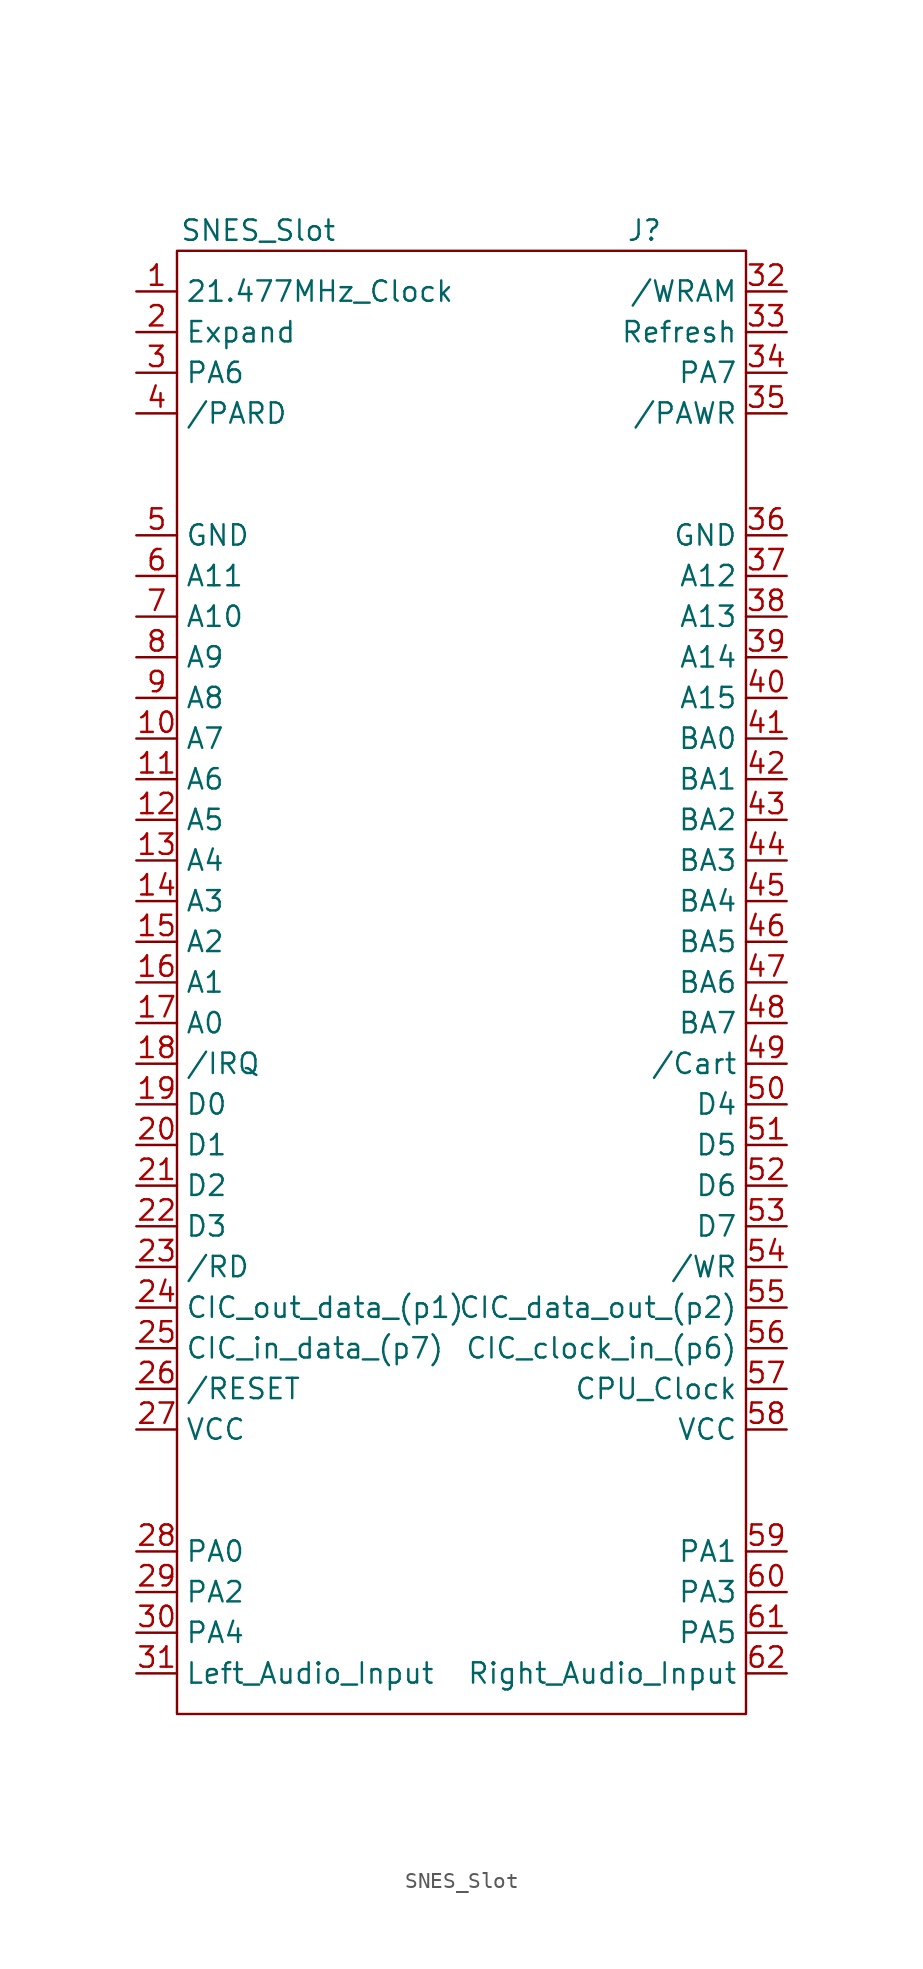
<source format=kicad_sym>
(kicad_symbol_lib
  (version 20211014)
  (generator kicad_symbol_editor)
  (symbol "!OSCR:SNES_Slot"
    (property "Reference" "J"
      (at 12.7 45.72 0)
      (effects (font (size 1.27 1.27))))
    (property "Value" "SNES_Slot"
      (at -11.43 45.72 0)
      (effects (font (size 1.27 1.27))))
    (symbol "SNES_Slot_0_1"
      (rectangle (start -16.51 44.45) (end 19.05 -46.99) (stroke (width 0.152) (type default) (color 0 0 0 0)) (fill (type none))))
    (symbol "SNES_Slot_1_1"
      (pin input line (at -19.05 41.91 0) (length 2.54) (name "21.477MHz_Clock" (effects (font (size 1.27 1.27)))) (number "1" (effects (font (size 1.27 1.27)))))
      (pin input line (at -19.05 13.97 0) (length 2.54) (name "A7" (effects (font (size 1.27 1.27)))) (number "10" (effects (font (size 1.27 1.27)))))
      (pin input line (at -19.05 11.43 0) (length 2.54) (name "A6" (effects (font (size 1.27 1.27)))) (number "11" (effects (font (size 1.27 1.27)))))
      (pin input line (at -19.05 8.89 0) (length 2.54) (name "A5" (effects (font (size 1.27 1.27)))) (number "12" (effects (font (size 1.27 1.27)))))
      (pin input line (at -19.05 6.35 0) (length 2.54) (name "A4" (effects (font (size 1.27 1.27)))) (number "13" (effects (font (size 1.27 1.27)))))
      (pin input line (at -19.05 3.81 0) (length 2.54) (name "A3" (effects (font (size 1.27 1.27)))) (number "14" (effects (font (size 1.27 1.27)))))
      (pin input line (at -19.05 1.27 0) (length 2.54) (name "A2" (effects (font (size 1.27 1.27)))) (number "15" (effects (font (size 1.27 1.27)))))
      (pin input line (at -19.05 -1.27 0) (length 2.54) (name "A1" (effects (font (size 1.27 1.27)))) (number "16" (effects (font (size 1.27 1.27)))))
      (pin input line (at -19.05 -3.81 0) (length 2.54) (name "A0" (effects (font (size 1.27 1.27)))) (number "17" (effects (font (size 1.27 1.27)))))
      (pin input line (at -19.05 -6.35 0) (length 2.54) (name "/IRQ" (effects (font (size 1.27 1.27)))) (number "18" (effects (font (size 1.27 1.27)))))
      (pin bidirectional line (at -19.05 -8.89 0) (length 2.54) (name "D0" (effects (font (size 1.27 1.27)))) (number "19" (effects (font (size 1.27 1.27)))))
      (pin input line (at -19.05 39.37 0) (length 2.54) (name "Expand" (effects (font (size 1.27 1.27)))) (number "2" (effects (font (size 1.27 1.27)))))
      (pin bidirectional line (at -19.05 -11.43 0) (length 2.54) (name "D1" (effects (font (size 1.27 1.27)))) (number "20" (effects (font (size 1.27 1.27)))))
      (pin bidirectional line (at -19.05 -13.97 0) (length 2.54) (name "D2" (effects (font (size 1.27 1.27)))) (number "21" (effects (font (size 1.27 1.27)))))
      (pin bidirectional line (at -19.05 -16.51 0) (length 2.54) (name "D3" (effects (font (size 1.27 1.27)))) (number "22" (effects (font (size 1.27 1.27)))))
      (pin input line (at -19.05 -19.05 0) (length 2.54) (name "/RD" (effects (font (size 1.27 1.27)))) (number "23" (effects (font (size 1.27 1.27)))))
      (pin output line (at -19.05 -21.59 0) (length 2.54) (name "CIC_out_data_(p1)" (effects (font (size 1.27 1.27)))) (number "24" (effects (font (size 1.27 1.27)))))
      (pin input line (at -19.05 -24.13 0) (length 2.54) (name "CIC_in_data_(p7)" (effects (font (size 1.27 1.27)))) (number "25" (effects (font (size 1.27 1.27)))))
      (pin input line (at -19.05 -26.67 0) (length 2.54) (name "/RESET" (effects (font (size 1.27 1.27)))) (number "26" (effects (font (size 1.27 1.27)))))
      (pin power_in line (at -19.05 -29.21 0) (length 2.54) (name "VCC" (effects (font (size 1.27 1.27)))) (number "27" (effects (font (size 1.27 1.27)))))
      (pin input line (at -19.05 -36.83 0) (length 2.54) (name "PA0" (effects (font (size 1.27 1.27)))) (number "28" (effects (font (size 1.27 1.27)))))
      (pin input line (at -19.05 -39.37 0) (length 2.54) (name "PA2" (effects (font (size 1.27 1.27)))) (number "29" (effects (font (size 1.27 1.27)))))
      (pin input line (at -19.05 36.83 0) (length 2.54) (name "PA6" (effects (font (size 1.27 1.27)))) (number "3" (effects (font (size 1.27 1.27)))))
      (pin input line (at -19.05 -41.91 0) (length 2.54) (name "PA4" (effects (font (size 1.27 1.27)))) (number "30" (effects (font (size 1.27 1.27)))))
      (pin input line (at -19.05 -44.45 0) (length 2.54) (name "Left_Audio_Input" (effects (font (size 1.27 1.27)))) (number "31" (effects (font (size 1.27 1.27)))))
      (pin input line (at 21.59 41.91 180) (length 2.54) (name "/WRAM" (effects (font (size 1.27 1.27)))) (number "32" (effects (font (size 1.27 1.27)))))
      (pin input line (at 21.59 39.37 180) (length 2.54) (name "Refresh" (effects (font (size 1.27 1.27)))) (number "33" (effects (font (size 1.27 1.27)))))
      (pin input line (at 21.59 36.83 180) (length 2.54) (name "PA7" (effects (font (size 1.27 1.27)))) (number "34" (effects (font (size 1.27 1.27)))))
      (pin input line (at 21.59 34.29 180) (length 2.54) (name "/PAWR" (effects (font (size 1.27 1.27)))) (number "35" (effects (font (size 1.27 1.27)))))
      (pin power_in line (at 21.59 26.67 180) (length 2.54) (name "GND" (effects (font (size 1.27 1.27)))) (number "36" (effects (font (size 1.27 1.27)))))
      (pin input line (at 21.59 24.13 180) (length 2.54) (name "A12" (effects (font (size 1.27 1.27)))) (number "37" (effects (font (size 1.27 1.27)))))
      (pin input line (at 21.59 21.59 180) (length 2.54) (name "A13" (effects (font (size 1.27 1.27)))) (number "38" (effects (font (size 1.27 1.27)))))
      (pin input line (at 21.59 19.05 180) (length 2.54) (name "A14" (effects (font (size 1.27 1.27)))) (number "39" (effects (font (size 1.27 1.27)))))
      (pin input line (at -19.05 34.29 0) (length 2.54) (name "/PARD" (effects (font (size 1.27 1.27)))) (number "4" (effects (font (size 1.27 1.27)))))
      (pin input line (at 21.59 16.51 180) (length 2.54) (name "A15" (effects (font (size 1.27 1.27)))) (number "40" (effects (font (size 1.27 1.27)))))
      (pin input line (at 21.59 13.97 180) (length 2.54) (name "BA0" (effects (font (size 1.27 1.27)))) (number "41" (effects (font (size 1.27 1.27)))))
      (pin input line (at 21.59 11.43 180) (length 2.54) (name "BA1" (effects (font (size 1.27 1.27)))) (number "42" (effects (font (size 1.27 1.27)))))
      (pin input line (at 21.59 8.89 180) (length 2.54) (name "BA2" (effects (font (size 1.27 1.27)))) (number "43" (effects (font (size 1.27 1.27)))))
      (pin input line (at 21.59 6.35 180) (length 2.54) (name "BA3" (effects (font (size 1.27 1.27)))) (number "44" (effects (font (size 1.27 1.27)))))
      (pin input line (at 21.59 3.81 180) (length 2.54) (name "BA4" (effects (font (size 1.27 1.27)))) (number "45" (effects (font (size 1.27 1.27)))))
      (pin input line (at 21.59 1.27 180) (length 2.54) (name "BA5" (effects (font (size 1.27 1.27)))) (number "46" (effects (font (size 1.27 1.27)))))
      (pin input line (at 21.59 -1.27 180) (length 2.54) (name "BA6" (effects (font (size 1.27 1.27)))) (number "47" (effects (font (size 1.27 1.27)))))
      (pin input line (at 21.59 -3.81 180) (length 2.54) (name "BA7" (effects (font (size 1.27 1.27)))) (number "48" (effects (font (size 1.27 1.27)))))
      (pin input line (at 21.59 -6.35 180) (length 2.54) (name "/Cart" (effects (font (size 1.27 1.27)))) (number "49" (effects (font (size 1.27 1.27)))))
      (pin power_in line (at -19.05 26.67 0) (length 2.54) (name "GND" (effects (font (size 1.27 1.27)))) (number "5" (effects (font (size 1.27 1.27)))))
      (pin bidirectional line (at 21.59 -8.89 180) (length 2.54) (name "D4" (effects (font (size 1.27 1.27)))) (number "50" (effects (font (size 1.27 1.27)))))
      (pin bidirectional line (at 21.59 -11.43 180) (length 2.54) (name "D5" (effects (font (size 1.27 1.27)))) (number "51" (effects (font (size 1.27 1.27)))))
      (pin bidirectional line (at 21.59 -13.97 180) (length 2.54) (name "D6" (effects (font (size 1.27 1.27)))) (number "52" (effects (font (size 1.27 1.27)))))
      (pin bidirectional line (at 21.59 -16.51 180) (length 2.54) (name "D7" (effects (font (size 1.27 1.27)))) (number "53" (effects (font (size 1.27 1.27)))))
      (pin input line (at 21.59 -19.05 180) (length 2.54) (name "/WR" (effects (font (size 1.27 1.27)))) (number "54" (effects (font (size 1.27 1.27)))))
      (pin output line (at 21.59 -21.59 180) (length 2.54) (name "CIC_data_out_(p2)" (effects (font (size 1.27 1.27)))) (number "55" (effects (font (size 1.27 1.27)))))
      (pin input line (at 21.59 -24.13 180) (length 2.54) (name "CIC_clock_in_(p6)" (effects (font (size 1.27 1.27)))) (number "56" (effects (font (size 1.27 1.27)))))
      (pin input line (at 21.59 -26.67 180) (length 2.54) (name "CPU_Clock" (effects (font (size 1.27 1.27)))) (number "57" (effects (font (size 1.27 1.27)))))
      (pin power_in line (at 21.59 -29.21 180) (length 2.54) (name "VCC" (effects (font (size 1.27 1.27)))) (number "58" (effects (font (size 1.27 1.27)))))
      (pin input line (at 21.59 -36.83 180) (length 2.54) (name "PA1" (effects (font (size 1.27 1.27)))) (number "59" (effects (font (size 1.27 1.27)))))
      (pin input line (at -19.05 24.13 0) (length 2.54) (name "A11" (effects (font (size 1.27 1.27)))) (number "6" (effects (font (size 1.27 1.27)))))
      (pin input line (at 21.59 -39.37 180) (length 2.54) (name "PA3" (effects (font (size 1.27 1.27)))) (number "60" (effects (font (size 1.27 1.27)))))
      (pin input line (at 21.59 -41.91 180) (length 2.54) (name "PA5" (effects (font (size 1.27 1.27)))) (number "61" (effects (font (size 1.27 1.27)))))
      (pin input line (at 21.59 -44.45 180) (length 2.54) (name "Right_Audio_Input" (effects (font (size 1.27 1.27)))) (number "62" (effects (font (size 1.27 1.27)))))
      (pin input line (at -19.05 21.59 0) (length 2.54) (name "A10" (effects (font (size 1.27 1.27)))) (number "7" (effects (font (size 1.27 1.27)))))
      (pin input line (at -19.05 19.05 0) (length 2.54) (name "A9" (effects (font (size 1.27 1.27)))) (number "8" (effects (font (size 1.27 1.27)))))
      (pin input line (at -19.05 16.51 0) (length 2.54) (name "A8" (effects (font (size 1.27 1.27)))) (number "9" (effects (font (size 1.27 1.27))))))))
</source>
